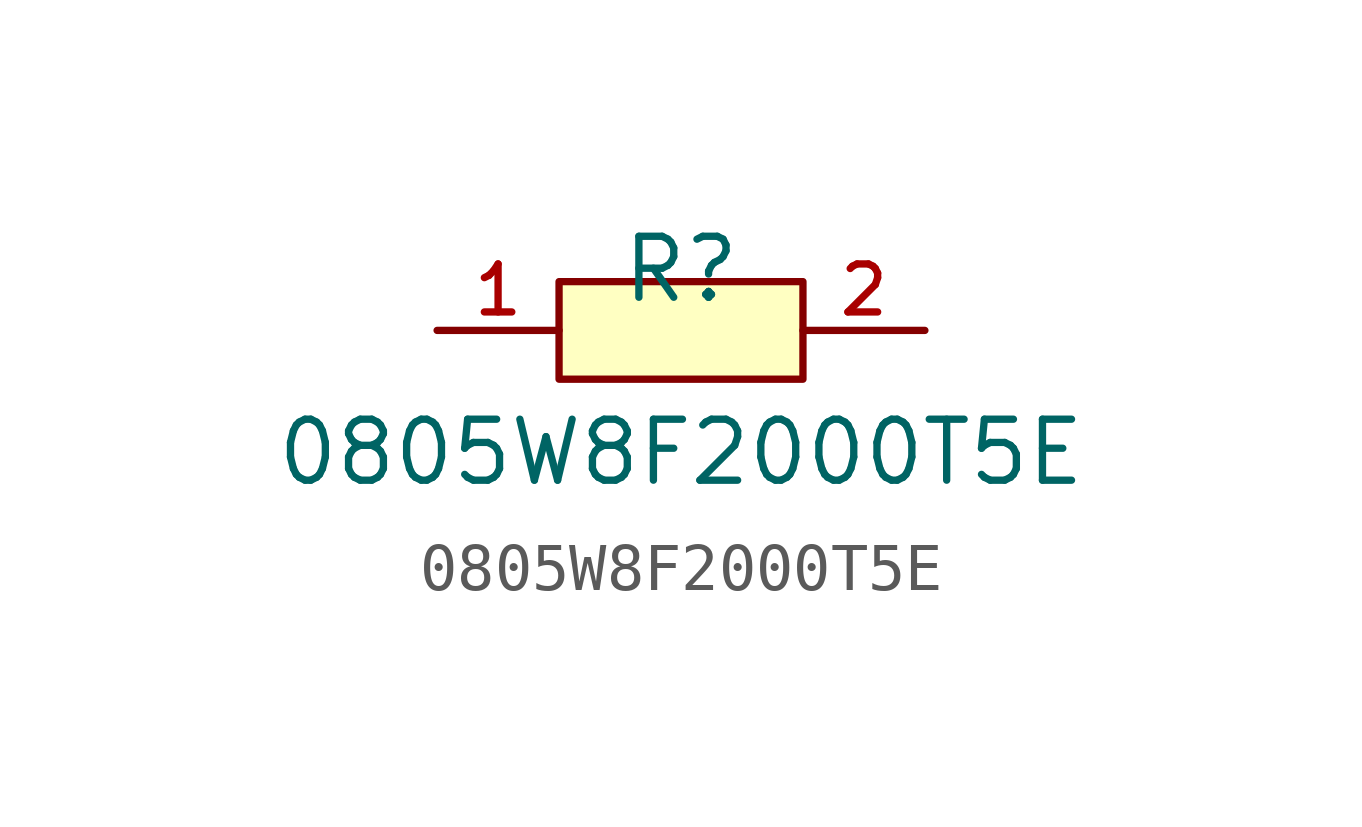
<source format=kicad_sym>
(kicad_symbol_lib
  (version 20210201)
  (generator TousstNicolas/JLC2KiCad_lib)
  (symbol "0805W8F2000T5E"
    (pin_names hide)
    (property "Reference" "R"
      (at 0 1.27 0)
      (effects (font (size 1.27 1.27))))
    (property "Value" "0805W8F2000T5E"
      (at 0 -2.54 0)
      (effects (font (size 1.27 1.27))))
    (symbol "0805W8F2000T5E_0_1"
      (pin input line (at 5.08 -0.0 180) (length 2.54) (name "2" (effects (font (size 1 1)))) (number "2" (effects (font (size 1 1)))))
      (pin input line (at -5.08 -0.0 0) (length 2.54) (name "1" (effects (font (size 1 1)))) (number "1" (effects (font (size 1 1)))))
      (rectangle (start -2.54 1.016) (end 2.54 -1.016) (stroke (width 0) (type default) (color 0 0 0 0)) (fill (type background))))))
</source>
